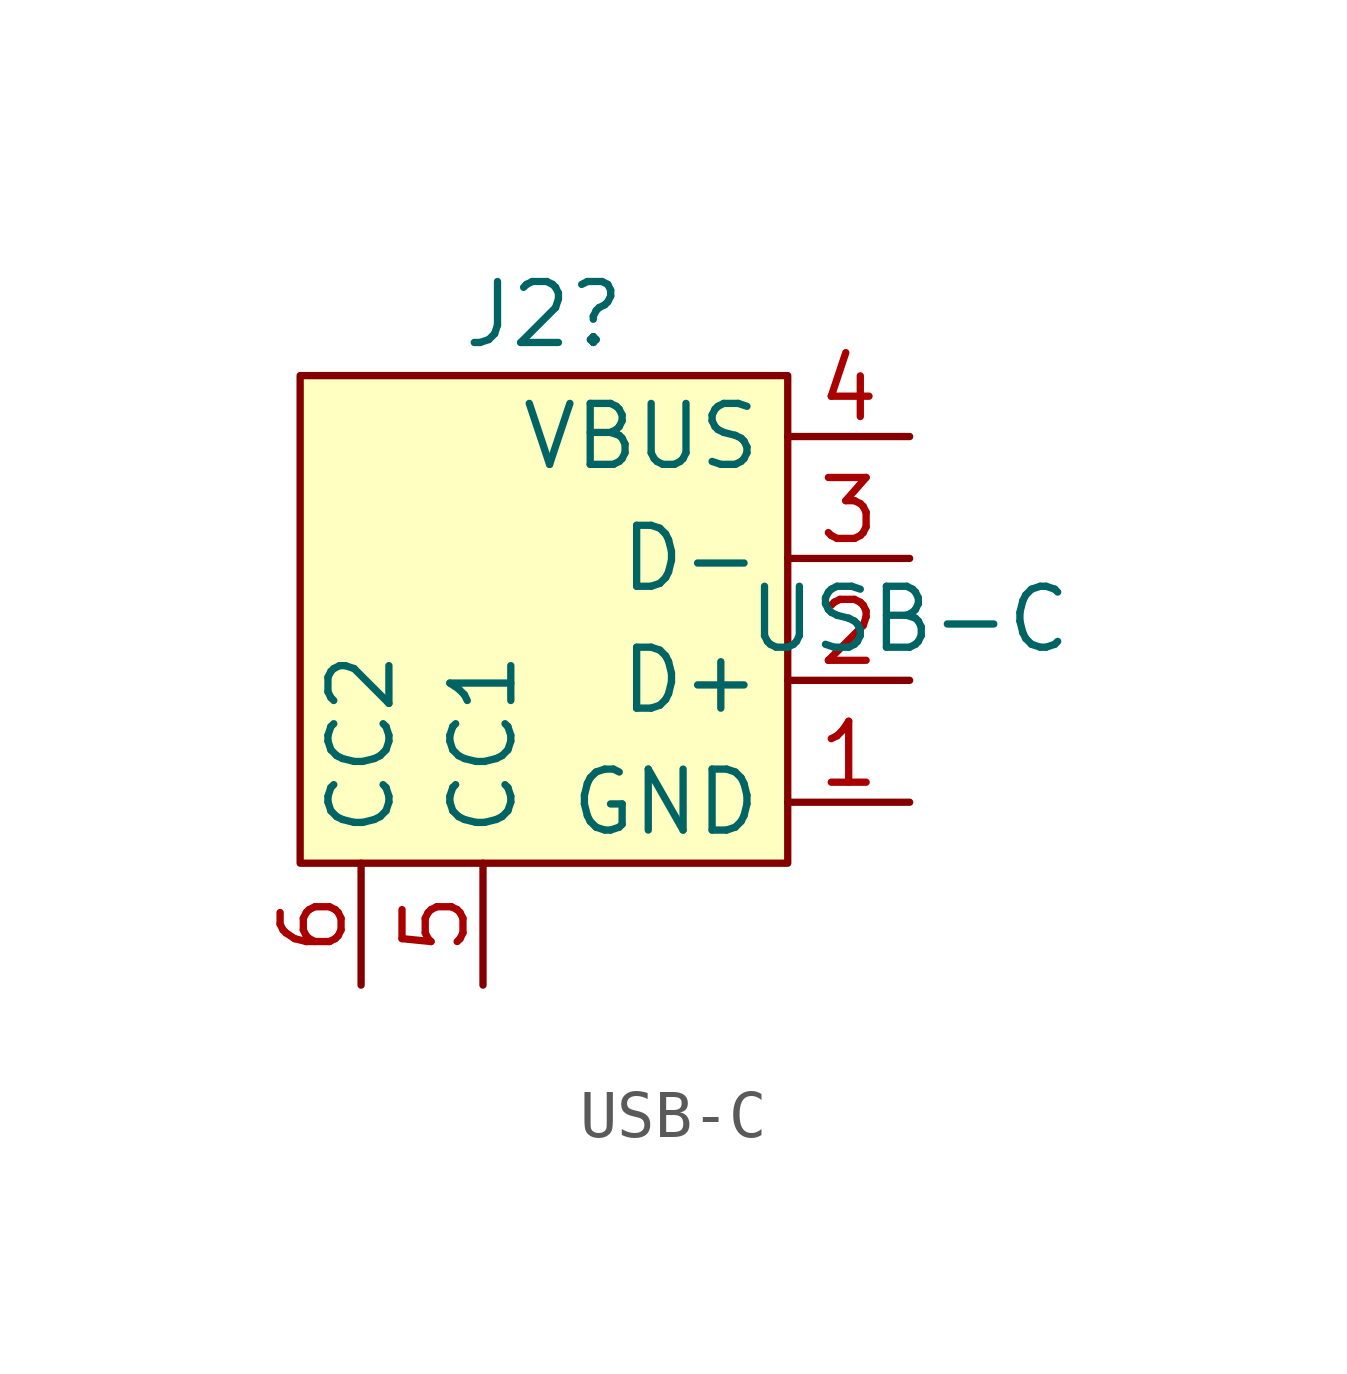
<source format=kicad_sym>
(kicad_symbol_lib
  (version 20220914)
  (generator kicad_symbol_editor)
  (symbol "USB-C"
    (property "Reference" "J2"
      (at 0 6.35 0)
      (effects (font (size 1.27 1.27))))
    (property "Value" "USB-C"
      (at 7.62 0 0)
      (effects (font (size 1.27 1.27))))
    (symbol "USB-C_1_1"
      (rectangle (start -5.08 5.08) (end 5.08 -5.08) (stroke (width 0) (type default)) (fill (type background)))
      (pin power_in line (at 7.62 -3.81 180) (length 2.54) (name "GND" (effects (font (size 1.27 1.27)))) (number "1" (effects (font (size 1.27 1.27)))))
      (pin bidirectional line (at 7.62 -1.27 180) (length 2.54) (name "D+" (effects (font (size 1.27 1.27)))) (number "2" (effects (font (size 1.27 1.27)))))
      (pin bidirectional line (at 7.62 1.27 180) (length 2.54) (name "D-" (effects (font (size 1.27 1.27)))) (number "3" (effects (font (size 1.27 1.27)))))
      (pin power_in line (at 7.62 3.81 180) (length 2.54) (name "VBUS" (effects (font (size 1.27 1.27)))) (number "4" (effects (font (size 1.27 1.27)))))
      (pin bidirectional line (at -1.27 -7.62 90) (length 2.54) (name "CC1" (effects (font (size 1.27 1.27)))) (number "5" (effects (font (size 1.27 1.27)))))
      (pin bidirectional line (at -3.81 -7.62 90) (length 2.54) (name "CC2" (effects (font (size 1.27 1.27)))) (number "6" (effects (font (size 1.27 1.27))))))))
</source>
